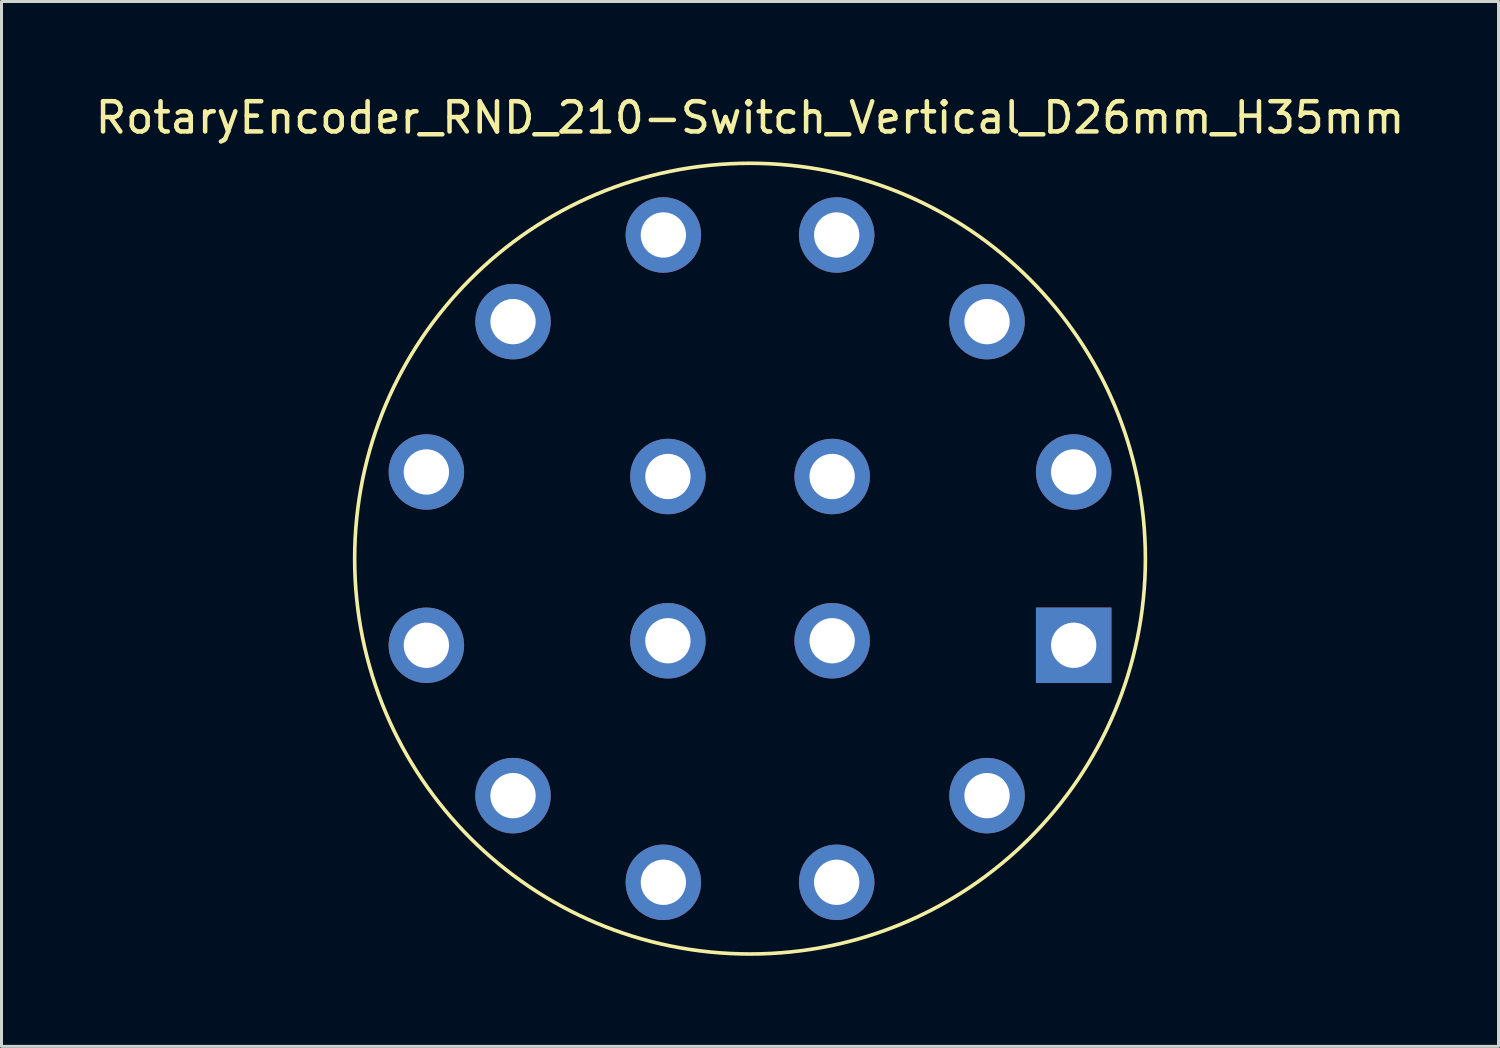
<source format=kicad_pcb>
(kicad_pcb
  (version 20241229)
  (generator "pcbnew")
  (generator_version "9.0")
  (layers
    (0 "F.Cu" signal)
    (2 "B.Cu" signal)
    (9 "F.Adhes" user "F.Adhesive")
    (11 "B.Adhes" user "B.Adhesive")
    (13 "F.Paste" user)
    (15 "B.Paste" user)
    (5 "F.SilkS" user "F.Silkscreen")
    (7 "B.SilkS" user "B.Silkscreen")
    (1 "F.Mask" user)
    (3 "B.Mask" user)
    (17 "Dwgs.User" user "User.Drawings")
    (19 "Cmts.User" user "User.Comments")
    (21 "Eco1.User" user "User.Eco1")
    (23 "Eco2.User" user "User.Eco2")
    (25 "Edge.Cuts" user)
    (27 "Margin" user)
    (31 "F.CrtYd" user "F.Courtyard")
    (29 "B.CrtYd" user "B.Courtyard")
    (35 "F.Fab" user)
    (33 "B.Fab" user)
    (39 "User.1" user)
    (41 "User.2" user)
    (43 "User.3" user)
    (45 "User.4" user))
  (footprint "RotaryEncoder_RND_210-Switch_Vertical_D26mm_H35mm"
    (layer "F.Cu")
    (at 21.792 15.453)
    (property "Reference" "RotaryEncoder_RND_210-Switch_Vertical_D26mm_H35mm" (at 0 -14.605 0) (layer "F.SilkS") (effects (font (size 1 1) (thickness 0.15))))
    (attr through_hole)
    (fp_circle (center 0 0) (end 13.095 0) (stroke (width 0.12) (type solid)) (fill no) (layer "F.SilkS"))
    (pad "1" thru_hole rect (at 10.72 2.87) (size 2.5 2.5) (drill 1.5) (layers "*.Cu" "*.Mask"))
    (pad "2" thru_hole circle (at 7.85 7.85) (size 2.5 2.5) (drill 1.5) (layers "*.Cu" "*.Mask"))
    (pad "3" thru_hole circle (at 2.87 10.72) (size 2.5 2.5) (drill 1.5) (layers "*.Cu" "*.Mask"))
    (pad "4" thru_hole circle (at -2.87 10.72) (size 2.5 2.5) (drill 1.5) (layers "*.Cu" "*.Mask"))
    (pad "5" thru_hole circle (at -7.85 7.85) (size 2.5 2.5) (drill 1.5) (layers "*.Cu" "*.Mask"))
    (pad "6" thru_hole circle (at -10.72 2.87) (size 2.5 2.5) (drill 1.5) (layers "*.Cu" "*.Mask"))
    (pad "7" thru_hole circle (at -10.72 -2.87) (size 2.5 2.5) (drill 1.5) (layers "*.Cu" "*.Mask"))
    (pad "8" thru_hole circle (at -7.85 -7.85) (size 2.5 2.5) (drill 1.5) (layers "*.Cu" "*.Mask"))
    (pad "9" thru_hole circle (at -2.87 -10.72) (size 2.5 2.5) (drill 1.5) (layers "*.Cu" "*.Mask"))
    (pad "10" thru_hole circle (at 2.87 -10.72) (size 2.5 2.5) (drill 1.5) (layers "*.Cu" "*.Mask"))
    (pad "11" thru_hole circle (at 7.85 -7.85) (size 2.5 2.5) (drill 1.5) (layers "*.Cu" "*.Mask"))
    (pad "12" thru_hole circle (at 10.72 -2.87) (size 2.5 2.5) (drill 1.5) (layers "*.Cu" "*.Mask"))
    (pad "13" thru_hole circle (at 2.72 2.72) (size 2.5 2.5) (drill 1.5) (layers "*.Cu" "*.Mask"))
    (pad "14" thru_hole circle (at -2.72 2.72) (size 2.5 2.5) (drill 1.5) (layers "*.Cu" "*.Mask"))
    (pad "15" thru_hole circle (at -2.72 -2.72) (size 2.5 2.5) (drill 1.5) (layers "*.Cu" "*.Mask"))
    (pad "16" thru_hole circle (at 2.72 -2.72) (size 2.5 2.5) (drill 1.5) (layers "*.Cu" "*.Mask")))
  (gr_rect
    (start -3 -3)
    (end 46.583 31.608)
    (stroke (width 0.1) (type default))
    (fill no)
    (layer "Edge.Cuts")))
</source>
